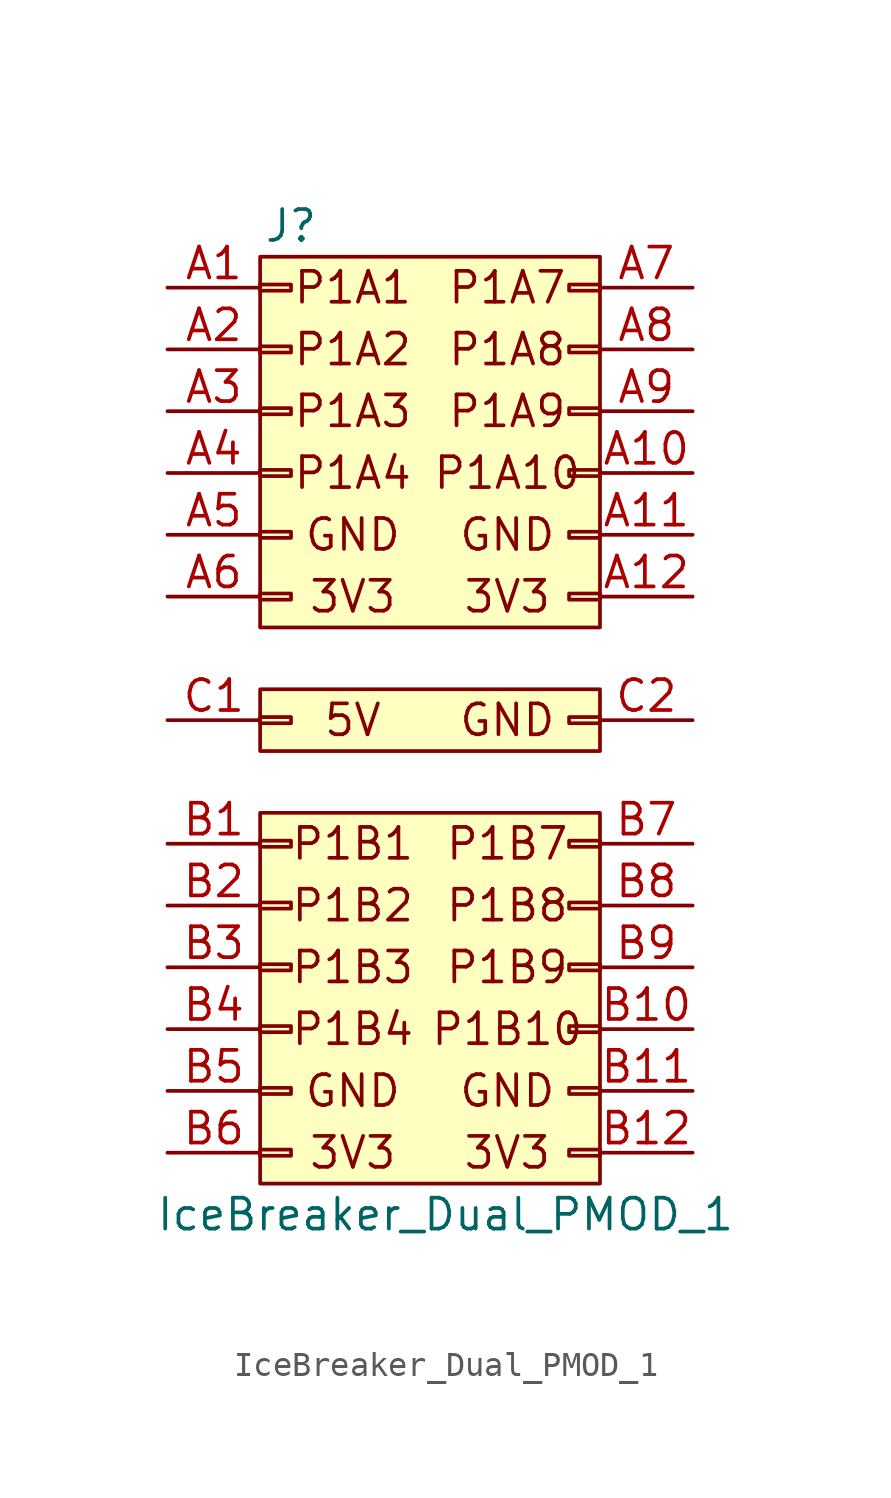
<source format=kicad_sym>
(kicad_symbol_lib
  (version 20211014)
  (generator kicad_symbol_editor)
  (symbol "IceBreaker_Dual_PMOD_1"
    (pin_names
      (offset 1.016) hide)
    (property "Reference" "J"
      (at -6.35 7.62 0)
      (effects (font (size 1.27 1.27))))
    (property "Value" "IceBreaker_Dual_PMOD_1"
      (at 0 -33.02 0)
      (effects (font (size 1.27 1.27))))
    (symbol "IceBreaker_Dual_PMOD_1_0_0"
      (rectangle (start -7.62 -16.51) (end 6.35 -31.75) (stroke (width 0.152) (type default) (color 0 0 0 0)) (fill (type background)))
      (rectangle (start -7.62 -11.43) (end 6.35 -13.97) (stroke (width 0.152) (type default) (color 0 0 0 0)) (fill (type background)))
      (rectangle (start -7.62 6.35) (end 6.35 -8.89) (stroke (width 0.152) (type default) (color 0 0 0 0)) (fill (type background)))
      (text "3V3" (at -3.81 -30.48 0) (effects (font (size 1.27 1.27))))
      (text "3V3" (at -3.81 -7.62 0) (effects (font (size 1.27 1.27))))
      (text "3V3" (at 2.54 -30.48 0) (effects (font (size 1.27 1.27))))
      (text "3V3" (at 2.54 -7.62 0) (effects (font (size 1.27 1.27))))
      (text "5V" (at -3.81 -12.7 0) (effects (font (size 1.27 1.27))))
      (text "GND" (at -3.81 -27.94 0) (effects (font (size 1.27 1.27))))
      (text "GND" (at -3.81 -5.08 0) (effects (font (size 1.27 1.27))))
      (text "GND" (at 2.54 -27.94 0) (effects (font (size 1.27 1.27))))
      (text "GND" (at 2.54 -12.7 0) (effects (font (size 1.27 1.27))))
      (text "GND" (at 2.54 -5.08 0) (effects (font (size 1.27 1.27))))
      (text "P1A1" (at -3.81 5.08 0) (effects (font (size 1.27 1.27))))
      (text "P1A10" (at 2.54 -2.54 0) (effects (font (size 1.27 1.27))))
      (text "P1A2" (at -3.81 2.54 0) (effects (font (size 1.27 1.27))))
      (text "P1A3" (at -3.81 0 0) (effects (font (size 1.27 1.27))))
      (text "P1A4" (at -3.81 -2.54 0) (effects (font (size 1.27 1.27))))
      (text "P1A7" (at 2.54 5.08 0) (effects (font (size 1.27 1.27))))
      (text "P1A8" (at 2.54 2.54 0) (effects (font (size 1.27 1.27))))
      (text "P1A9" (at 2.54 0 0) (effects (font (size 1.27 1.27))))
      (text "P1B1" (at -3.81 -17.78 0) (effects (font (size 1.27 1.27))))
      (text "P1B10" (at 2.54 -25.4 0) (effects (font (size 1.27 1.27))))
      (text "P1B2" (at -3.81 -20.32 0) (effects (font (size 1.27 1.27))))
      (text "P1B3" (at -3.81 -22.86 0) (effects (font (size 1.27 1.27))))
      (text "P1B4" (at -3.81 -25.4 0) (effects (font (size 1.27 1.27))))
      (text "P1B7" (at 2.54 -17.78 0) (effects (font (size 1.27 1.27))))
      (text "P1B8" (at 2.54 -20.32 0) (effects (font (size 1.27 1.27))))
      (text "P1B9" (at 2.54 -22.86 0) (effects (font (size 1.27 1.27)))))
    (symbol "IceBreaker_Dual_PMOD_1_1_1"
      (rectangle (start -7.62 -30.353) (end -6.35 -30.607) (stroke (width 0.152) (type default) (color 0 0 0 0)) (fill (type none)))
      (rectangle (start -7.62 -27.813) (end -6.35 -28.067) (stroke (width 0.152) (type default) (color 0 0 0 0)) (fill (type none)))
      (rectangle (start -7.62 -25.273) (end -6.35 -25.527) (stroke (width 0.152) (type default) (color 0 0 0 0)) (fill (type none)))
      (rectangle (start -7.62 -22.733) (end -6.35 -22.987) (stroke (width 0.152) (type default) (color 0 0 0 0)) (fill (type none)))
      (rectangle (start -7.62 -20.193) (end -6.35 -20.447) (stroke (width 0.152) (type default) (color 0 0 0 0)) (fill (type none)))
      (rectangle (start -7.62 -17.653) (end -6.35 -17.907) (stroke (width 0.152) (type default) (color 0 0 0 0)) (fill (type none)))
      (rectangle (start -7.62 -12.573) (end -6.35 -12.827) (stroke (width 0.152) (type default) (color 0 0 0 0)) (fill (type none)))
      (rectangle (start -7.62 -7.493) (end -6.35 -7.747) (stroke (width 0.152) (type default) (color 0 0 0 0)) (fill (type none)))
      (rectangle (start -7.62 -4.953) (end -6.35 -5.207) (stroke (width 0.152) (type default) (color 0 0 0 0)) (fill (type none)))
      (rectangle (start -7.62 -2.413) (end -6.35 -2.667) (stroke (width 0.152) (type default) (color 0 0 0 0)) (fill (type none)))
      (rectangle (start -7.62 0.127) (end -6.35 -0.127) (stroke (width 0.152) (type default) (color 0 0 0 0)) (fill (type none)))
      (rectangle (start -7.62 2.667) (end -6.35 2.413) (stroke (width 0.152) (type default) (color 0 0 0 0)) (fill (type none)))
      (rectangle (start -7.62 5.207) (end -6.35 4.953) (stroke (width 0.152) (type default) (color 0 0 0 0)) (fill (type none)))
      (rectangle (start 6.35 -30.353) (end 5.08 -30.607) (stroke (width 0.152) (type default) (color 0 0 0 0)) (fill (type none)))
      (rectangle (start 6.35 -27.813) (end 5.08 -28.067) (stroke (width 0.152) (type default) (color 0 0 0 0)) (fill (type none)))
      (rectangle (start 6.35 -25.273) (end 5.08 -25.527) (stroke (width 0.152) (type default) (color 0 0 0 0)) (fill (type none)))
      (rectangle (start 6.35 -22.733) (end 5.08 -22.987) (stroke (width 0.152) (type default) (color 0 0 0 0)) (fill (type none)))
      (rectangle (start 6.35 -20.193) (end 5.08 -20.447) (stroke (width 0.152) (type default) (color 0 0 0 0)) (fill (type none)))
      (rectangle (start 6.35 -17.653) (end 5.08 -17.907) (stroke (width 0.152) (type default) (color 0 0 0 0)) (fill (type none)))
      (rectangle (start 6.35 -12.573) (end 5.08 -12.827) (stroke (width 0.152) (type default) (color 0 0 0 0)) (fill (type none)))
      (rectangle (start 6.35 -7.493) (end 5.08 -7.747) (stroke (width 0.152) (type default) (color 0 0 0 0)) (fill (type none)))
      (rectangle (start 6.35 -4.953) (end 5.08 -5.207) (stroke (width 0.152) (type default) (color 0 0 0 0)) (fill (type none)))
      (rectangle (start 6.35 -2.413) (end 5.08 -2.667) (stroke (width 0.152) (type default) (color 0 0 0 0)) (fill (type none)))
      (rectangle (start 6.35 0.127) (end 5.08 -0.127) (stroke (width 0.152) (type default) (color 0 0 0 0)) (fill (type none)))
      (rectangle (start 6.35 2.667) (end 5.08 2.413) (stroke (width 0.152) (type default) (color 0 0 0 0)) (fill (type none)))
      (rectangle (start 6.35 5.207) (end 5.08 4.953) (stroke (width 0.152) (type default) (color 0 0 0 0)) (fill (type none)))
      (pin bidirectional line (at -11.43 5.08 0) (length 3.81) (name "P1A1" (effects (font (size 1.27 1.27)))) (number "A1" (effects (font (size 1.27 1.27)))))
      (pin bidirectional line (at 10.16 -2.54 180) (length 3.81) (name "P1A9" (effects (font (size 1.27 1.27)))) (number "A10" (effects (font (size 1.27 1.27)))))
      (pin power_in line (at 10.16 -5.08 180) (length 3.81) (name "GND" (effects (font (size 1.27 1.27)))) (number "A11" (effects (font (size 1.27 1.27)))))
      (pin power_in line (at 10.16 -7.62 180) (length 3.81) (name "3V3" (effects (font (size 1.27 1.27)))) (number "A12" (effects (font (size 1.27 1.27)))))
      (pin bidirectional line (at -11.43 2.54 0) (length 3.81) (name "P1A2" (effects (font (size 1.27 1.27)))) (number "A2" (effects (font (size 1.27 1.27)))))
      (pin bidirectional line (at -11.43 0 0) (length 3.81) (name "P1A3" (effects (font (size 1.27 1.27)))) (number "A3" (effects (font (size 1.27 1.27)))))
      (pin bidirectional line (at -11.43 -2.54 0) (length 3.81) (name "P1A4" (effects (font (size 1.27 1.27)))) (number "A4" (effects (font (size 1.27 1.27)))))
      (pin power_in line (at -11.43 -5.08 0) (length 3.81) (name "GND" (effects (font (size 1.27 1.27)))) (number "A5" (effects (font (size 1.27 1.27)))))
      (pin power_in line (at -11.43 -7.62 0) (length 3.81) (name "3V3" (effects (font (size 1.27 1.27)))) (number "A6" (effects (font (size 1.27 1.27)))))
      (pin bidirectional line (at 10.16 5.08 180) (length 3.81) (name "P1A12" (effects (font (size 1.27 1.27)))) (number "A7" (effects (font (size 1.27 1.27)))))
      (pin bidirectional line (at 10.16 2.54 180) (length 3.81) (name "P1A11" (effects (font (size 1.27 1.27)))) (number "A8" (effects (font (size 1.27 1.27)))))
      (pin bidirectional line (at 10.16 0 180) (length 3.81) (name "P1A10" (effects (font (size 1.27 1.27)))) (number "A9" (effects (font (size 1.27 1.27)))))
      (pin bidirectional line (at -11.43 -17.78 0) (length 3.81) (name "P1A1" (effects (font (size 1.27 1.27)))) (number "B1" (effects (font (size 1.27 1.27)))))
      (pin bidirectional line (at 10.16 -25.4 180) (length 3.81) (name "P1A9" (effects (font (size 1.27 1.27)))) (number "B10" (effects (font (size 1.27 1.27)))))
      (pin power_in line (at 10.16 -27.94 180) (length 3.81) (name "GND" (effects (font (size 1.27 1.27)))) (number "B11" (effects (font (size 1.27 1.27)))))
      (pin power_in line (at 10.16 -30.48 180) (length 3.81) (name "3V3" (effects (font (size 1.27 1.27)))) (number "B12" (effects (font (size 1.27 1.27)))))
      (pin bidirectional line (at -11.43 -20.32 0) (length 3.81) (name "P1A2" (effects (font (size 1.27 1.27)))) (number "B2" (effects (font (size 1.27 1.27)))))
      (pin bidirectional line (at -11.43 -22.86 0) (length 3.81) (name "P1A3" (effects (font (size 1.27 1.27)))) (number "B3" (effects (font (size 1.27 1.27)))))
      (pin bidirectional line (at -11.43 -25.4 0) (length 3.81) (name "P1A4" (effects (font (size 1.27 1.27)))) (number "B4" (effects (font (size 1.27 1.27)))))
      (pin power_in line (at -11.43 -27.94 0) (length 3.81) (name "GND" (effects (font (size 1.27 1.27)))) (number "B5" (effects (font (size 1.27 1.27)))))
      (pin power_in line (at -11.43 -30.48 0) (length 3.81) (name "3V3" (effects (font (size 1.27 1.27)))) (number "B6" (effects (font (size 1.27 1.27)))))
      (pin bidirectional line (at 10.16 -17.78 180) (length 3.81) (name "P1A12" (effects (font (size 1.27 1.27)))) (number "B7" (effects (font (size 1.27 1.27)))))
      (pin bidirectional line (at 10.16 -20.32 180) (length 3.81) (name "P1A11" (effects (font (size 1.27 1.27)))) (number "B8" (effects (font (size 1.27 1.27)))))
      (pin bidirectional line (at 10.16 -22.86 180) (length 3.81) (name "P1A10" (effects (font (size 1.27 1.27)))) (number "B9" (effects (font (size 1.27 1.27)))))
      (pin power_in line (at -11.43 -12.7 0) (length 3.81) (name "5V" (effects (font (size 1.27 1.27)))) (number "C1" (effects (font (size 1.27 1.27)))))
      (pin power_in line (at 10.16 -12.7 180) (length 3.81) (name "GND" (effects (font (size 1.27 1.27)))) (number "C2" (effects (font (size 1.27 1.27))))))))
</source>
